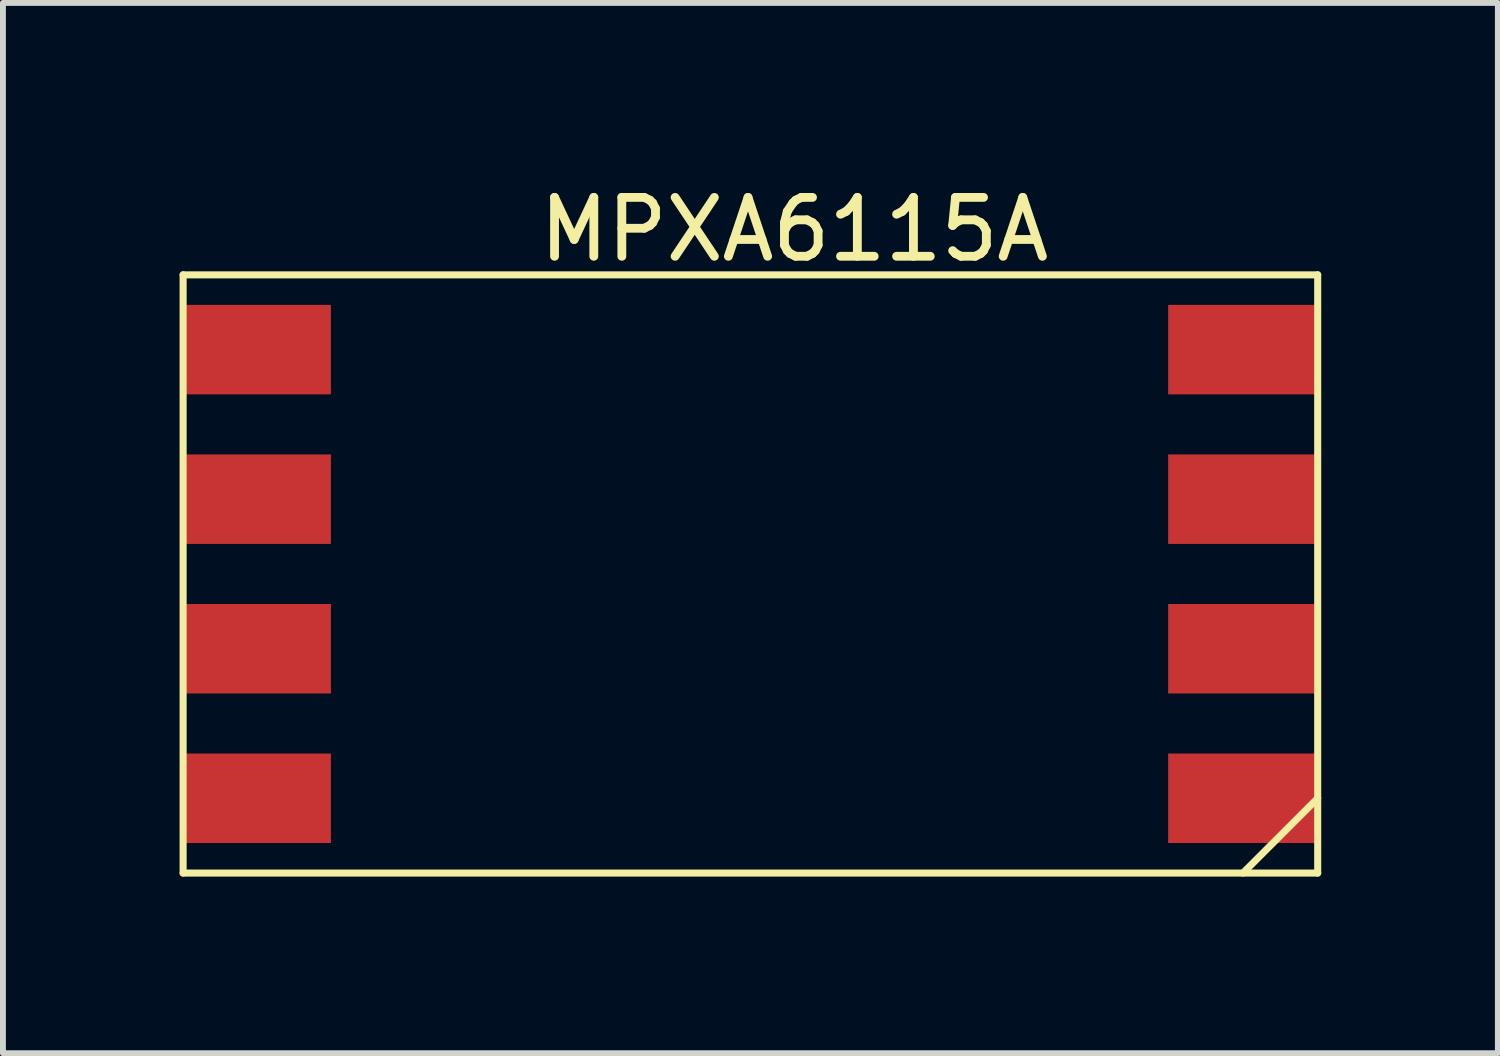
<source format=kicad_pcb>
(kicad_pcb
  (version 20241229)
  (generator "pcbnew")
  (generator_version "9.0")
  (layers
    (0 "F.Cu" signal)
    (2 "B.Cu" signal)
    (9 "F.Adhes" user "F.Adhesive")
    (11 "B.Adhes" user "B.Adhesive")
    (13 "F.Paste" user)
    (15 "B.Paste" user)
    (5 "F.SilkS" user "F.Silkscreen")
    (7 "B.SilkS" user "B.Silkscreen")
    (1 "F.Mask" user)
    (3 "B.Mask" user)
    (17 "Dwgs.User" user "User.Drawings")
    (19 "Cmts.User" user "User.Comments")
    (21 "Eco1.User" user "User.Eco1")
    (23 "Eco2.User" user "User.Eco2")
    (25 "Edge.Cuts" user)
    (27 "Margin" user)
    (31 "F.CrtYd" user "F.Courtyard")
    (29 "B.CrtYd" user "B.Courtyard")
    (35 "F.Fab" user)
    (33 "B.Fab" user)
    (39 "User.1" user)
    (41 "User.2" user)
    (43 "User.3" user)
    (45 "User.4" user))
  (footprint "MPXA6115A"
    (layer "F.Cu")
    (at 18.06 0.348)
    (property "Reference" "MPXA6115A" (at -7.62 0.5 0) (layer "F.SilkS") (effects (font (size 1 1) (thickness 0.15))))
    (attr through_hole)
    (fp_line (start -18 1.27) (end 1.27 1.27) (stroke (width 0.12) (type solid)) (layer "F.SilkS"))
    (fp_line (start -18 11.43) (end -18 1.27) (stroke (width 0.12) (type solid)) (layer "F.SilkS"))
    (fp_line (start 0 11.43) (end 1.27 10.16) (stroke (width 0.12) (type solid)) (layer "F.SilkS"))
    (fp_line (start 1.27 1.27) (end 1.27 11.43) (stroke (width 0.12) (type solid)) (layer "F.SilkS"))
    (fp_line (start 1.27 11.43) (end -18 11.43) (stroke (width 0.12) (type solid)) (layer "F.SilkS"))
    (pad "1" smd rect (at 0 10.16) (size 2.54 1.52) (layers "F.Cu" "F.Mask" "F.Paste"))
    (pad "2" smd rect (at 0 7.62) (size 2.54 1.52) (layers "F.Cu" "F.Mask" "F.Paste"))
    (pad "3" smd rect (at 0 5.08) (size 2.54 1.52) (layers "F.Cu" "F.Mask" "F.Paste"))
    (pad "4" smd rect (at 0 2.54) (size 2.54 1.52) (layers "F.Cu" "F.Mask" "F.Paste"))
    (pad "5" smd rect (at -16.76 2.54) (size 2.54 1.52) (layers "F.Cu" "F.Mask" "F.Paste"))
    (pad "6" smd rect (at -16.76 5.08) (size 2.54 1.52) (layers "F.Cu" "F.Mask" "F.Paste"))
    (pad "7" smd rect (at -16.76 7.62) (size 2.54 1.52) (layers "F.Cu" "F.Mask" "F.Paste"))
    (pad "8" smd rect (at -16.76 10.16) (size 2.54 1.52) (layers "F.Cu" "F.Mask" "F.Paste")))
  (gr_rect
    (start -3 -3)
    (end 22.39 14.838)
    (stroke (width 0.1) (type default))
    (fill no)
    (layer "Edge.Cuts")))
</source>
